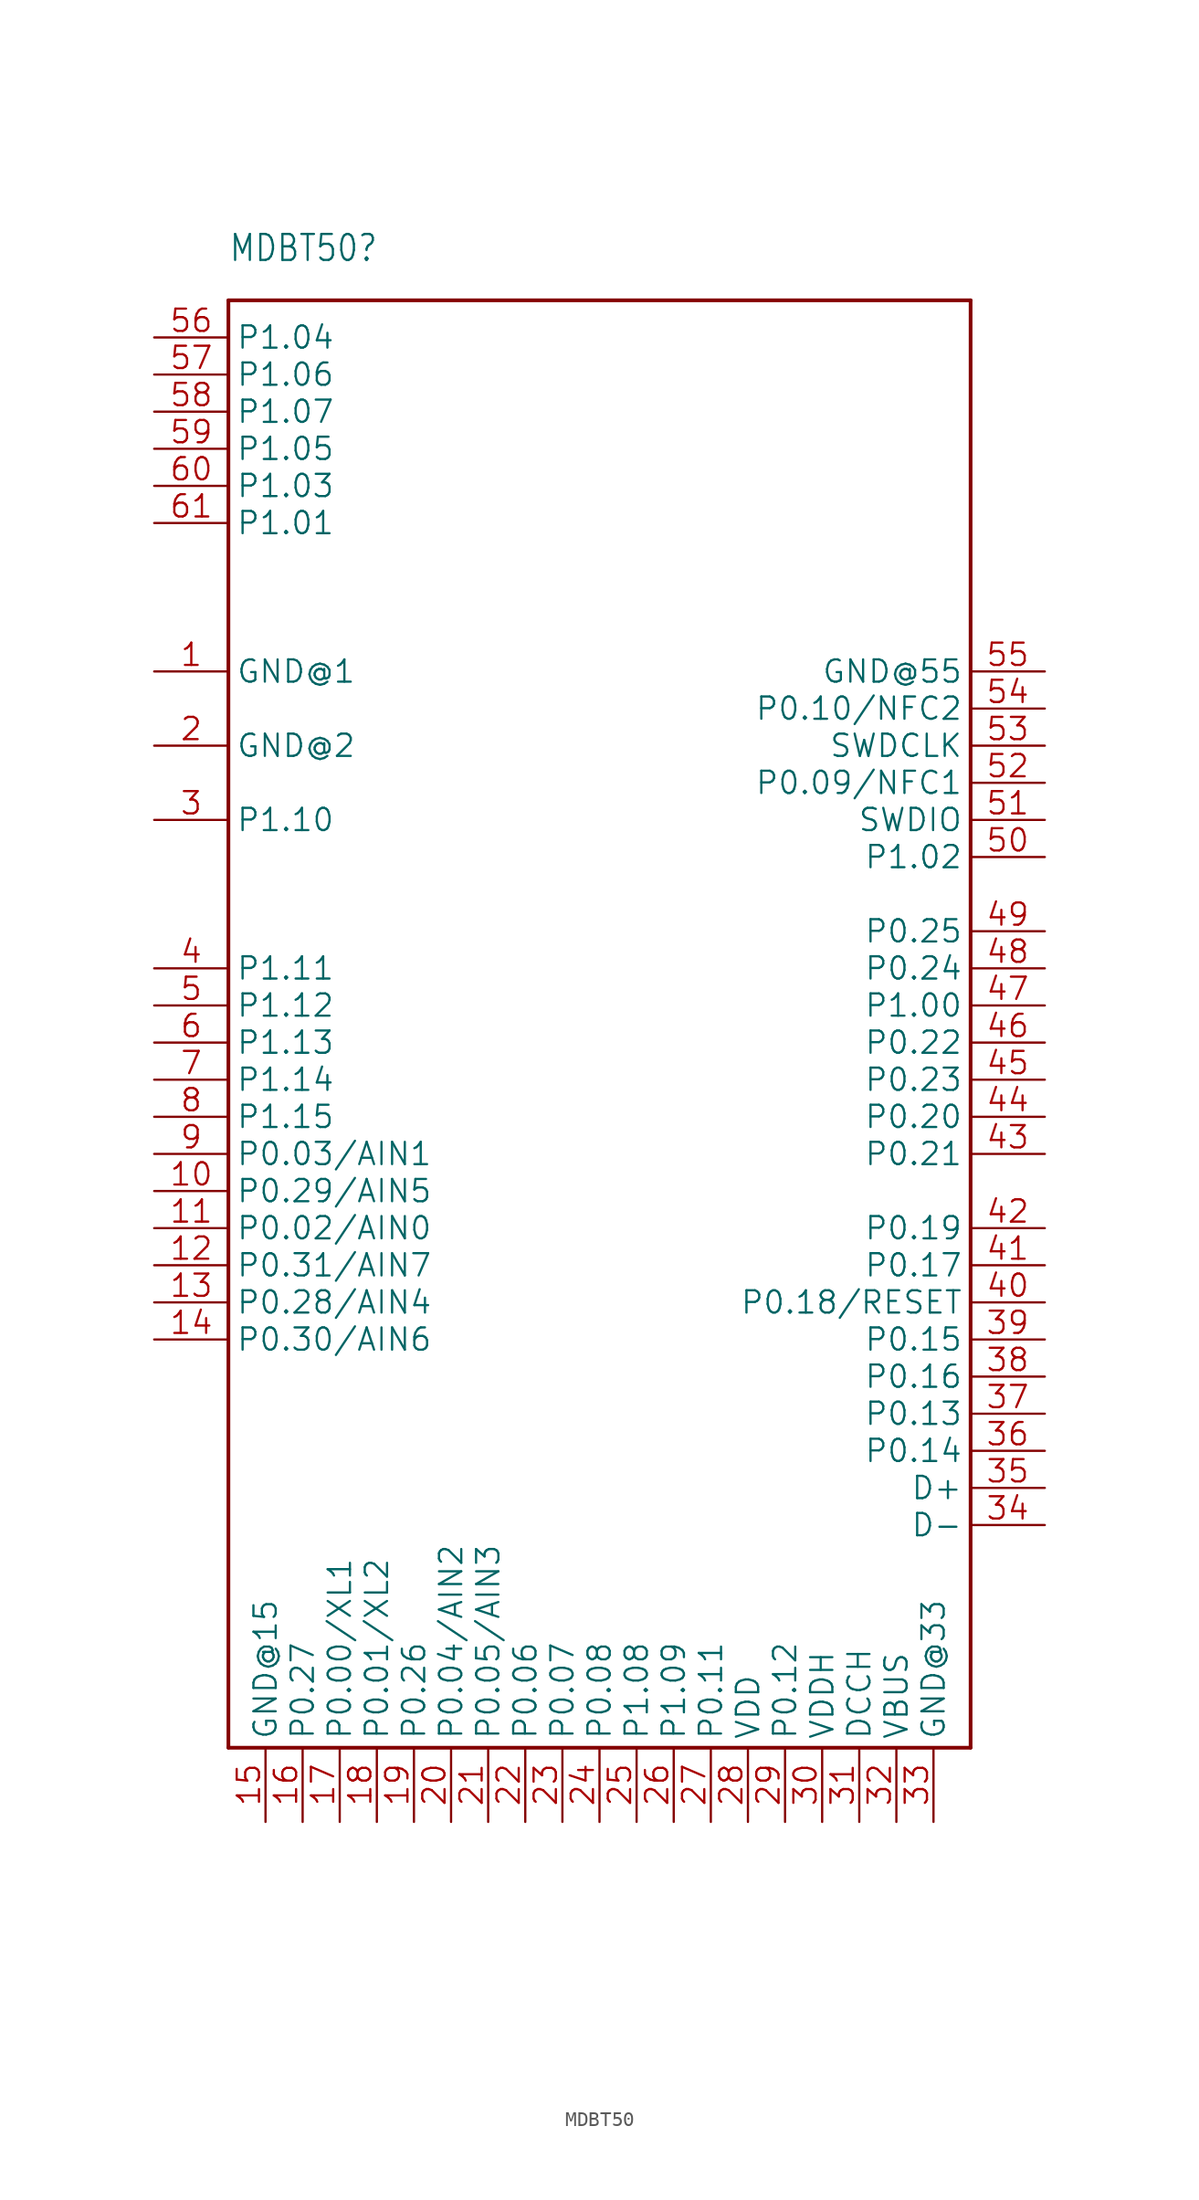
<source format=kicad_sym>
(kicad_symbol_lib
  (version 20241209)
  (generator "kicad_symbol_editor")
  (generator_version "9.0")
  (symbol "MDBT50"
    (property "Reference" "MDBT50"
      (at -25.4 50.8 0)
      (effects (font (size 1.778 1.511)) (justify left bottom)))
    (property "Value" ""
      (at -25.4 -63.5 0)
      (effects (font (size 1.778 1.511)) (justify left bottom)))
    (symbol "MDBT50_1_0"
      (polyline (pts (xy -25.4 48.26) (xy -25.4 -50.8)) (stroke (width 0.254) (type solid)) (fill (type none)))
      (polyline (pts (xy -25.4 -50.8) (xy 25.4 -50.8)) (stroke (width 0.254) (type solid)) (fill (type none)))
      (polyline (pts (xy 25.4 48.26) (xy -25.4 48.26)) (stroke (width 0.254) (type solid)) (fill (type none)))
      (polyline (pts (xy 25.4 -50.8) (xy 25.4 48.26)) (stroke (width 0.254) (type solid)) (fill (type none)))
      (pin bidirectional line (at -30.48 45.72 0) (length 5.08) (name "P1.04" (effects (font (size 1.524 1.524)))) (number "56" (effects (font (size 1.524 1.524)))))
      (pin bidirectional line (at -30.48 43.18 0) (length 5.08) (name "P1.06" (effects (font (size 1.524 1.524)))) (number "57" (effects (font (size 1.524 1.524)))))
      (pin bidirectional line (at -30.48 40.64 0) (length 5.08) (name "P1.07" (effects (font (size 1.524 1.524)))) (number "58" (effects (font (size 1.524 1.524)))))
      (pin bidirectional line (at -30.48 38.1 0) (length 5.08) (name "P1.05" (effects (font (size 1.524 1.524)))) (number "59" (effects (font (size 1.524 1.524)))))
      (pin bidirectional line (at -30.48 35.56 0) (length 5.08) (name "P1.03" (effects (font (size 1.524 1.524)))) (number "60" (effects (font (size 1.524 1.524)))))
      (pin bidirectional line (at -30.48 33.02 0) (length 5.08) (name "P1.01" (effects (font (size 1.524 1.524)))) (number "61" (effects (font (size 1.524 1.524)))))
      (pin power_in line (at -30.48 22.86 0) (length 5.08) (name "GND@1" (effects (font (size 1.524 1.524)))) (number "1" (effects (font (size 1.524 1.524)))))
      (pin power_in line (at -30.48 17.78 0) (length 5.08) (name "GND@2" (effects (font (size 1.524 1.524)))) (number "2" (effects (font (size 1.524 1.524)))))
      (pin bidirectional line (at -30.48 12.7 0) (length 5.08) (name "P1.10" (effects (font (size 1.524 1.524)))) (number "3" (effects (font (size 1.524 1.524)))))
      (pin bidirectional line (at -30.48 2.54 0) (length 5.08) (name "P1.11" (effects (font (size 1.524 1.524)))) (number "4" (effects (font (size 1.524 1.524)))))
      (pin bidirectional line (at -30.48 0 0) (length 5.08) (name "P1.12" (effects (font (size 1.524 1.524)))) (number "5" (effects (font (size 1.524 1.524)))))
      (pin bidirectional line (at -30.48 -2.54 0) (length 5.08) (name "P1.13" (effects (font (size 1.524 1.524)))) (number "6" (effects (font (size 1.524 1.524)))))
      (pin bidirectional line (at -30.48 -5.08 0) (length 5.08) (name "P1.14" (effects (font (size 1.524 1.524)))) (number "7" (effects (font (size 1.524 1.524)))))
      (pin bidirectional line (at -30.48 -7.62 0) (length 5.08) (name "P1.15" (effects (font (size 1.524 1.524)))) (number "8" (effects (font (size 1.524 1.524)))))
      (pin bidirectional line (at -30.48 -10.16 0) (length 5.08) (name "P0.03/AIN1" (effects (font (size 1.524 1.524)))) (number "9" (effects (font (size 1.524 1.524)))))
      (pin bidirectional line (at -30.48 -12.7 0) (length 5.08) (name "P0.29/AIN5" (effects (font (size 1.524 1.524)))) (number "10" (effects (font (size 1.524 1.524)))))
      (pin bidirectional line (at -30.48 -15.24 0) (length 5.08) (name "P0.02/AIN0" (effects (font (size 1.524 1.524)))) (number "11" (effects (font (size 1.524 1.524)))))
      (pin bidirectional line (at -30.48 -17.78 0) (length 5.08) (name "P0.31/AIN7" (effects (font (size 1.524 1.524)))) (number "12" (effects (font (size 1.524 1.524)))))
      (pin bidirectional line (at -30.48 -20.32 0) (length 5.08) (name "P0.28/AIN4" (effects (font (size 1.524 1.524)))) (number "13" (effects (font (size 1.524 1.524)))))
      (pin bidirectional line (at -30.48 -22.86 0) (length 5.08) (name "P0.30/AIN6" (effects (font (size 1.524 1.524)))) (number "14" (effects (font (size 1.524 1.524)))))
      (pin power_in line (at -22.86 -55.88 90) (length 5.08) (name "GND@15" (effects (font (size 1.524 1.524)))) (number "15" (effects (font (size 1.524 1.524)))))
      (pin bidirectional line (at -20.32 -55.88 90) (length 5.08) (name "P0.27" (effects (font (size 1.524 1.524)))) (number "16" (effects (font (size 1.524 1.524)))))
      (pin bidirectional line (at -17.78 -55.88 90) (length 5.08) (name "P0.00/XL1" (effects (font (size 1.524 1.524)))) (number "17" (effects (font (size 1.524 1.524)))))
      (pin bidirectional line (at -15.24 -55.88 90) (length 5.08) (name "P0.01/XL2" (effects (font (size 1.524 1.524)))) (number "18" (effects (font (size 1.524 1.524)))))
      (pin bidirectional line (at -12.7 -55.88 90) (length 5.08) (name "P0.26" (effects (font (size 1.524 1.524)))) (number "19" (effects (font (size 1.524 1.524)))))
      (pin bidirectional line (at -10.16 -55.88 90) (length 5.08) (name "P0.04/AIN2" (effects (font (size 1.524 1.524)))) (number "20" (effects (font (size 1.524 1.524)))))
      (pin bidirectional line (at -7.62 -55.88 90) (length 5.08) (name "P0.05/AIN3" (effects (font (size 1.524 1.524)))) (number "21" (effects (font (size 1.524 1.524)))))
      (pin bidirectional line (at -5.08 -55.88 90) (length 5.08) (name "P0.06" (effects (font (size 1.524 1.524)))) (number "22" (effects (font (size 1.524 1.524)))))
      (pin bidirectional line (at -2.54 -55.88 90) (length 5.08) (name "P0.07" (effects (font (size 1.524 1.524)))) (number "23" (effects (font (size 1.524 1.524)))))
      (pin bidirectional line (at 0 -55.88 90) (length 5.08) (name "P0.08" (effects (font (size 1.524 1.524)))) (number "24" (effects (font (size 1.524 1.524)))))
      (pin bidirectional line (at 2.54 -55.88 90) (length 5.08) (name "P1.08" (effects (font (size 1.524 1.524)))) (number "25" (effects (font (size 1.524 1.524)))))
      (pin bidirectional line (at 5.08 -55.88 90) (length 5.08) (name "P1.09" (effects (font (size 1.524 1.524)))) (number "26" (effects (font (size 1.524 1.524)))))
      (pin bidirectional line (at 7.62 -55.88 90) (length 5.08) (name "P0.11" (effects (font (size 1.524 1.524)))) (number "27" (effects (font (size 1.524 1.524)))))
      (pin power_in line (at 10.16 -55.88 90) (length 5.08) (name "VDD" (effects (font (size 1.524 1.524)))) (number "28" (effects (font (size 1.524 1.524)))))
      (pin bidirectional line (at 12.7 -55.88 90) (length 5.08) (name "P0.12" (effects (font (size 1.524 1.524)))) (number "29" (effects (font (size 1.524 1.524)))))
      (pin power_in line (at 15.24 -55.88 90) (length 5.08) (name "VDDH" (effects (font (size 1.524 1.524)))) (number "30" (effects (font (size 1.524 1.524)))))
      (pin power_in line (at 17.78 -55.88 90) (length 5.08) (name "DCCH" (effects (font (size 1.524 1.524)))) (number "31" (effects (font (size 1.524 1.524)))))
      (pin power_in line (at 20.32 -55.88 90) (length 5.08) (name "VBUS" (effects (font (size 1.524 1.524)))) (number "32" (effects (font (size 1.524 1.524)))))
      (pin power_in line (at 22.86 -55.88 90) (length 5.08) (name "GND@33" (effects (font (size 1.524 1.524)))) (number "33" (effects (font (size 1.524 1.524)))))
      (pin power_in line (at 30.48 22.86 180) (length 5.08) (name "GND@55" (effects (font (size 1.524 1.524)))) (number "55" (effects (font (size 1.524 1.524)))))
      (pin bidirectional line (at 30.48 20.32 180) (length 5.08) (name "P0.10/NFC2" (effects (font (size 1.524 1.524)))) (number "54" (effects (font (size 1.524 1.524)))))
      (pin bidirectional line (at 30.48 17.78 180) (length 5.08) (name "SWDCLK" (effects (font (size 1.524 1.524)))) (number "53" (effects (font (size 1.524 1.524)))))
      (pin bidirectional line (at 30.48 15.24 180) (length 5.08) (name "P0.09/NFC1" (effects (font (size 1.524 1.524)))) (number "52" (effects (font (size 1.524 1.524)))))
      (pin bidirectional line (at 30.48 12.7 180) (length 5.08) (name "SWDIO" (effects (font (size 1.524 1.524)))) (number "51" (effects (font (size 1.524 1.524)))))
      (pin bidirectional line (at 30.48 10.16 180) (length 5.08) (name "P1.02" (effects (font (size 1.524 1.524)))) (number "50" (effects (font (size 1.524 1.524)))))
      (pin bidirectional line (at 30.48 5.08 180) (length 5.08) (name "P0.25" (effects (font (size 1.524 1.524)))) (number "49" (effects (font (size 1.524 1.524)))))
      (pin bidirectional line (at 30.48 2.54 180) (length 5.08) (name "P0.24" (effects (font (size 1.524 1.524)))) (number "48" (effects (font (size 1.524 1.524)))))
      (pin bidirectional line (at 30.48 0 180) (length 5.08) (name "P1.00" (effects (font (size 1.524 1.524)))) (number "47" (effects (font (size 1.524 1.524)))))
      (pin bidirectional line (at 30.48 -2.54 180) (length 5.08) (name "P0.22" (effects (font (size 1.524 1.524)))) (number "46" (effects (font (size 1.524 1.524)))))
      (pin bidirectional line (at 30.48 -5.08 180) (length 5.08) (name "P0.23" (effects (font (size 1.524 1.524)))) (number "45" (effects (font (size 1.524 1.524)))))
      (pin bidirectional line (at 30.48 -7.62 180) (length 5.08) (name "P0.20" (effects (font (size 1.524 1.524)))) (number "44" (effects (font (size 1.524 1.524)))))
      (pin bidirectional line (at 30.48 -10.16 180) (length 5.08) (name "P0.21" (effects (font (size 1.524 1.524)))) (number "43" (effects (font (size 1.524 1.524)))))
      (pin bidirectional line (at 30.48 -15.24 180) (length 5.08) (name "P0.19" (effects (font (size 1.524 1.524)))) (number "42" (effects (font (size 1.524 1.524)))))
      (pin bidirectional line (at 30.48 -17.78 180) (length 5.08) (name "P0.17" (effects (font (size 1.524 1.524)))) (number "41" (effects (font (size 1.524 1.524)))))
      (pin bidirectional line (at 30.48 -20.32 180) (length 5.08) (name "P0.18/RESET" (effects (font (size 1.524 1.524)))) (number "40" (effects (font (size 1.524 1.524)))))
      (pin bidirectional line (at 30.48 -22.86 180) (length 5.08) (name "P0.15" (effects (font (size 1.524 1.524)))) (number "39" (effects (font (size 1.524 1.524)))))
      (pin bidirectional line (at 30.48 -25.4 180) (length 5.08) (name "P0.16" (effects (font (size 1.524 1.524)))) (number "38" (effects (font (size 1.524 1.524)))))
      (pin bidirectional line (at 30.48 -27.94 180) (length 5.08) (name "P0.13" (effects (font (size 1.524 1.524)))) (number "37" (effects (font (size 1.524 1.524)))))
      (pin bidirectional line (at 30.48 -30.48 180) (length 5.08) (name "P0.14" (effects (font (size 1.524 1.524)))) (number "36" (effects (font (size 1.524 1.524)))))
      (pin bidirectional line (at 30.48 -33.02 180) (length 5.08) (name "D+" (effects (font (size 1.524 1.524)))) (number "35" (effects (font (size 1.524 1.524)))))
      (pin bidirectional line (at 30.48 -35.56 180) (length 5.08) (name "D-" (effects (font (size 1.524 1.524)))) (number "34" (effects (font (size 1.524 1.524))))))))
</source>
